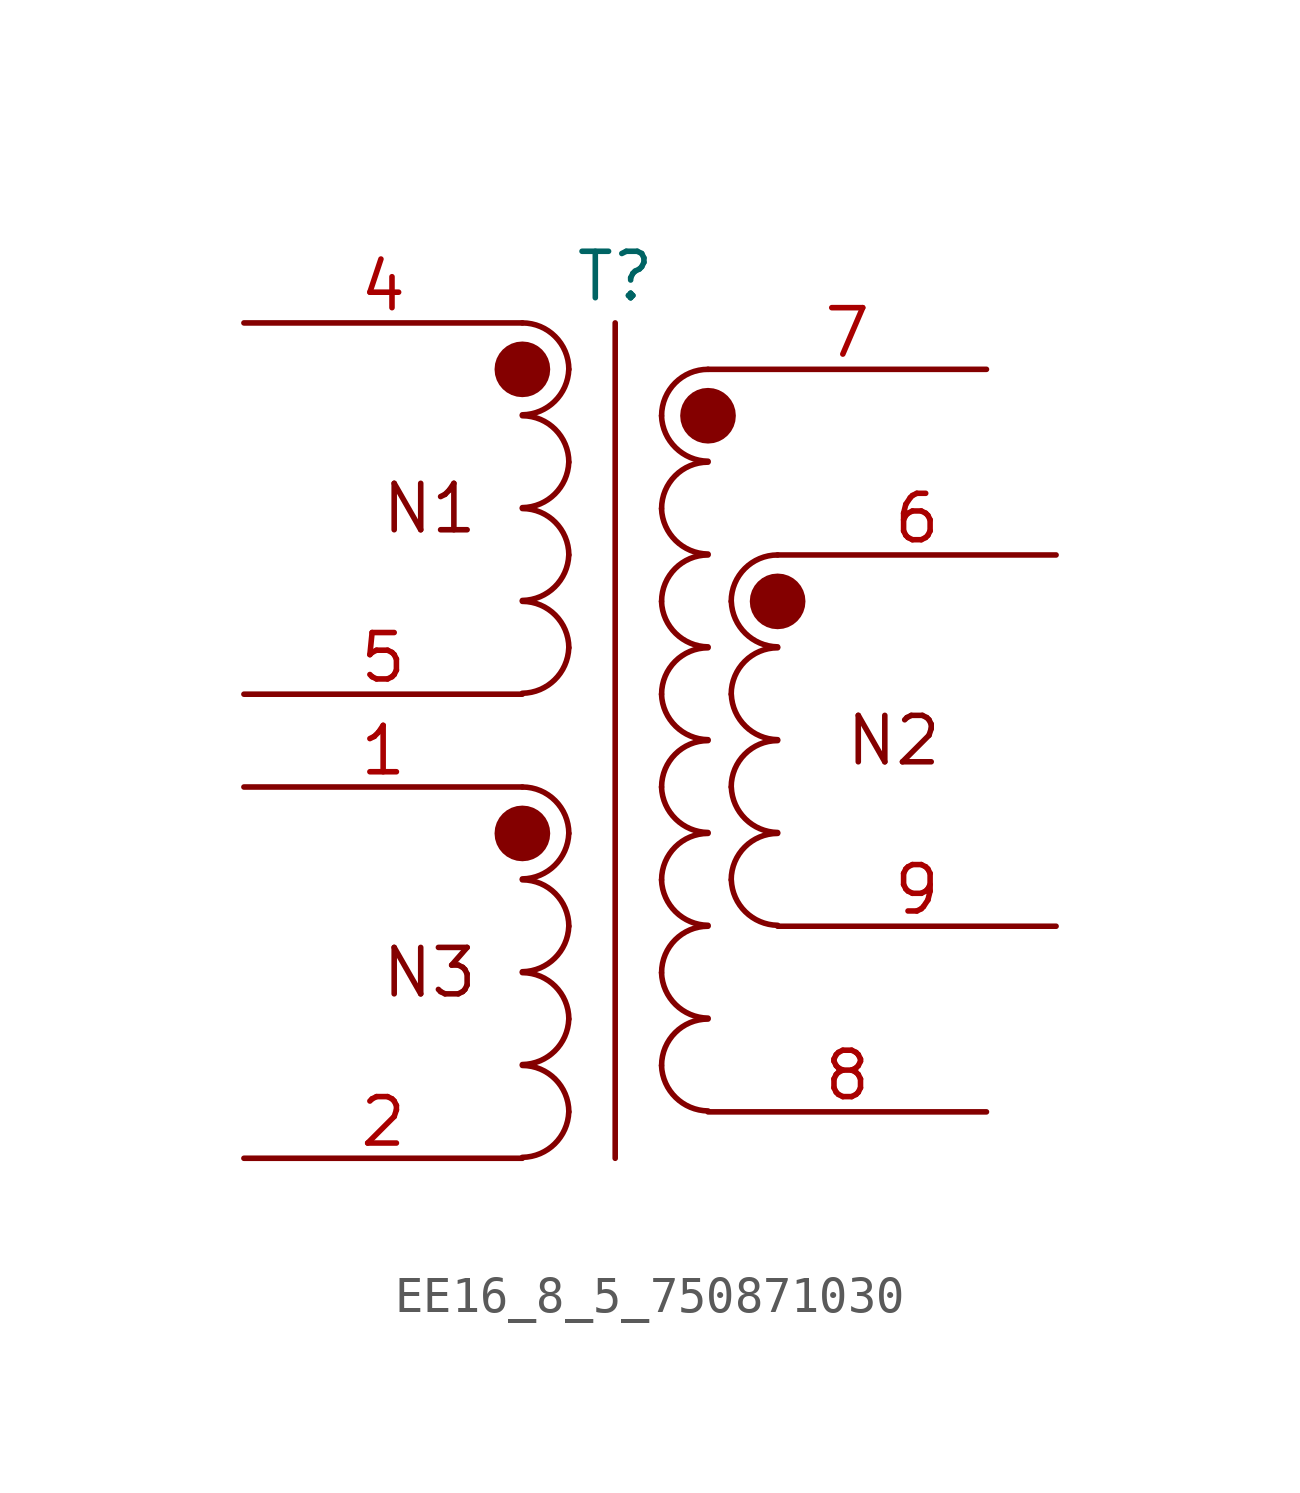
<source format=kicad_sym>
(kicad_symbol_lib
  (version 20220914)
  (generator kicad_symbol_editor)
  (symbol "EE16_8_5_750871030"
    (pin_names hide)
    (property "Reference" "T"
      (at 0 12.7 0)
      (effects (font (size 1.27 1.27))))
    (property "Critical Parameter" ""
      (at 0 -5.08 0)
      (effects (font (size 1.27 1.27)) (justify left)))
    (symbol "EE16_8_5_750871030_0_1"
      (arc (start -2.54 -11.4046) (mid -1.6561 -11.0363) (end -1.27 -10.16) (stroke (width 0) (type default)) (fill (type none)))
      (arc (start -2.54 -8.8646) (mid -1.6561 -8.4963) (end -1.27 -7.62) (stroke (width 0) (type default)) (fill (type none)))
      (arc (start -2.54 -6.3246) (mid -1.6561 -5.9563) (end -1.27 -5.08) (stroke (width 0) (type default)) (fill (type none)))
      (arc (start -2.54 -3.7846) (mid -1.6561 -3.4163) (end -1.27 -2.54) (stroke (width 0) (type default)) (fill (type none)))
      (arc (start -2.54 1.2954) (mid -1.6561 1.6637) (end -1.27 2.54) (stroke (width 0) (type default)) (fill (type none)))
      (arc (start -2.54 3.8354) (mid -1.6561 4.2037) (end -1.27 5.08) (stroke (width 0) (type default)) (fill (type none)))
      (arc (start -2.54 6.3754) (mid -1.6561 6.7437) (end -1.27 7.62) (stroke (width 0) (type default)) (fill (type none)))
      (arc (start -2.54 8.9154) (mid -1.6561 9.2837) (end -1.27 10.16) (stroke (width 0) (type default)) (fill (type none)))
      (arc (start -1.27 -10.16) (mid -1.642 -9.262) (end -2.54 -8.89) (stroke (width 0) (type default)) (fill (type none)))
      (arc (start -1.27 -7.62) (mid -1.642 -6.722) (end -2.54 -6.35) (stroke (width 0) (type default)) (fill (type none)))
      (arc (start -1.27 -5.08) (mid -1.642 -4.182) (end -2.54 -3.81) (stroke (width 0) (type default)) (fill (type none)))
      (arc (start -1.27 -2.54) (mid -1.642 -1.642) (end -2.54 -1.27) (stroke (width 0) (type default)) (fill (type none)))
      (arc (start -1.27 2.54) (mid -1.642 3.438) (end -2.54 3.81) (stroke (width 0) (type default)) (fill (type none)))
      (arc (start -1.27 5.08) (mid -1.642 5.978) (end -2.54 6.35) (stroke (width 0) (type default)) (fill (type none)))
      (arc (start -1.27 7.62) (mid -1.642 8.518) (end -2.54 8.89) (stroke (width 0) (type default)) (fill (type none)))
      (arc (start -1.27 10.16) (mid -1.642 11.058) (end -2.54 11.43) (stroke (width 0) (type default)) (fill (type none)))
      (polyline (pts (xy 0 -11.43) (xy 0 11.43)) (stroke (width 0) (type default)) (fill (type none)))
      (arc (start 1.27 -8.89) (mid 1.6561 -9.7663) (end 2.54 -10.1346) (stroke (width 0) (type default)) (fill (type none)))
      (arc (start 1.27 -6.35) (mid 1.6561 -7.2263) (end 2.54 -7.5946) (stroke (width 0) (type default)) (fill (type none)))
      (arc (start 1.27 -3.81) (mid 1.6561 -4.6863) (end 2.54 -5.0546) (stroke (width 0) (type default)) (fill (type none)))
      (arc (start 1.27 -1.27) (mid 1.6561 -2.1463) (end 2.54 -2.5146) (stroke (width 0) (type default)) (fill (type none)))
      (arc (start 1.27 1.27) (mid 1.6561 0.3937) (end 2.54 0.0254) (stroke (width 0) (type default)) (fill (type none)))
      (arc (start 1.27 3.81) (mid 1.6561 2.9337) (end 2.54 2.5654) (stroke (width 0) (type default)) (fill (type none)))
      (arc (start 1.27 6.35) (mid 1.6561 5.4737) (end 2.54 5.1054) (stroke (width 0) (type default)) (fill (type none)))
      (arc (start 1.27 8.89) (mid 1.6561 8.0137) (end 2.54 7.6454) (stroke (width 0) (type default)) (fill (type none)))
      (arc (start 2.54 -7.62) (mid 1.642 -7.992) (end 1.27 -8.89) (stroke (width 0) (type default)) (fill (type none)))
      (arc (start 2.54 -5.08) (mid 1.642 -5.452) (end 1.27 -6.35) (stroke (width 0) (type default)) (fill (type none)))
      (arc (start 2.54 -2.54) (mid 1.642 -2.912) (end 1.27 -3.81) (stroke (width 0) (type default)) (fill (type none)))
      (arc (start 2.54 0) (mid 1.642 -0.372) (end 1.27 -1.27) (stroke (width 0) (type default)) (fill (type none)))
      (arc (start 2.54 2.54) (mid 1.642 2.168) (end 1.27 1.27) (stroke (width 0) (type default)) (fill (type none)))
      (arc (start 2.54 5.08) (mid 1.642 4.708) (end 1.27 3.81) (stroke (width 0) (type default)) (fill (type none)))
      (arc (start 2.54 7.62) (mid 1.642 7.248) (end 1.27 6.35) (stroke (width 0) (type default)) (fill (type none)))
      (arc (start 2.54 10.16) (mid 1.642 9.788) (end 1.27 8.89) (stroke (width 0) (type default)) (fill (type none)))
      (arc (start 3.175 -3.81) (mid 3.5611 -4.6863) (end 4.445 -5.0546) (stroke (width 0) (type default)) (fill (type none)))
      (arc (start 3.175 -1.27) (mid 3.5611 -2.1463) (end 4.445 -2.5146) (stroke (width 0) (type default)) (fill (type none)))
      (arc (start 3.175 1.27) (mid 3.5611 0.3937) (end 4.445 0.0254) (stroke (width 0) (type default)) (fill (type none)))
      (arc (start 3.175 3.81) (mid 3.5611 2.9337) (end 4.445 2.5654) (stroke (width 0) (type default)) (fill (type none)))
      (arc (start 4.445 -2.54) (mid 3.547 -2.912) (end 3.175 -3.81) (stroke (width 0) (type default)) (fill (type none)))
      (arc (start 4.445 0) (mid 3.547 -0.372) (end 3.175 -1.27) (stroke (width 0) (type default)) (fill (type none)))
      (arc (start 4.445 2.54) (mid 3.547 2.168) (end 3.175 1.27) (stroke (width 0) (type default)) (fill (type none)))
      (arc (start 4.445 5.08) (mid 3.547 4.708) (end 3.175 3.81) (stroke (width 0) (type default)) (fill (type none))))
    (symbol "EE16_8_5_750871030_1_1"
      (circle (center -2.54 -2.54) (radius 0.0001) (stroke (width 0.762) (type default)) (fill (type none)))
      (circle (center -2.54 10.16) (radius 0.0001) (stroke (width 0.762) (type default)) (fill (type none)))
      (circle (center 2.54 8.89) (radius 0.0001) (stroke (width 0.762) (type default)) (fill (type none)))
      (circle (center 4.445 3.81) (radius 0.0001) (stroke (width 0.762) (type default)) (fill (type none)))
      (text "N1" (at -5.08 6.35 0) (effects (font (size 1.27 1.27))))
      (text "N2" (at 7.62 0 0) (effects (font (size 1.27 1.27))))
      (text "N3" (at -5.08 -6.35 0) (effects (font (size 1.27 1.27))))
      (pin passive line (at -10.16 -1.27 0) (length 7.62) (name "1" (effects (font (size 1.27 1.27)))) (number "1" (effects (font (size 1.27 1.27)))))
      (pin passive line (at -10.16 -11.43 0) (length 7.62) (name "2" (effects (font (size 1.27 1.27)))) (number "2" (effects (font (size 1.27 1.27)))))
      (pin passive line (at -10.16 11.43 0) (length 7.62) (name "4" (effects (font (size 1.27 1.27)))) (number "4" (effects (font (size 1.27 1.27)))))
      (pin passive line (at -10.16 1.27 0) (length 7.62) (name "5" (effects (font (size 1.27 1.27)))) (number "5" (effects (font (size 1.27 1.27)))))
      (pin passive line (at 12.065 5.08 180) (length 7.62) (name "6" (effects (font (size 1.27 1.27)))) (number "6" (effects (font (size 1.27 1.27)))))
      (pin passive line (at 10.16 10.16 180) (length 7.62) (name "7" (effects (font (size 1.27 1.27)))) (number "7" (effects (font (size 1.27 1.27)))))
      (pin passive line (at 10.16 -10.16 180) (length 7.62) (name "8" (effects (font (size 1.27 1.27)))) (number "8" (effects (font (size 1.27 1.27)))))
      (pin passive line (at 12.065 -5.08 180) (length 7.62) (name "9" (effects (font (size 1.27 1.27)))) (number "9" (effects (font (size 1.27 1.27))))))))
</source>
